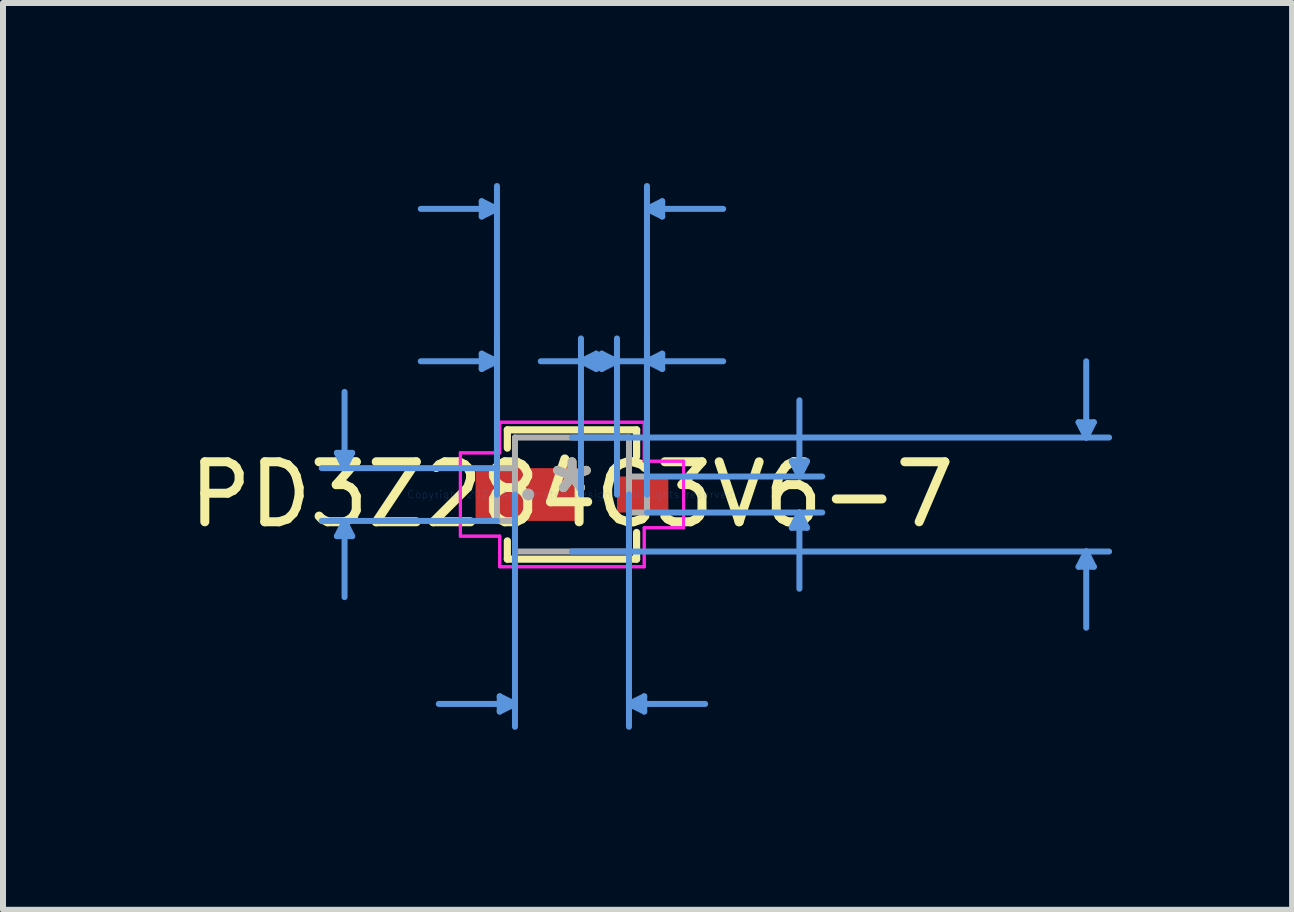
<source format=kicad_pcb>
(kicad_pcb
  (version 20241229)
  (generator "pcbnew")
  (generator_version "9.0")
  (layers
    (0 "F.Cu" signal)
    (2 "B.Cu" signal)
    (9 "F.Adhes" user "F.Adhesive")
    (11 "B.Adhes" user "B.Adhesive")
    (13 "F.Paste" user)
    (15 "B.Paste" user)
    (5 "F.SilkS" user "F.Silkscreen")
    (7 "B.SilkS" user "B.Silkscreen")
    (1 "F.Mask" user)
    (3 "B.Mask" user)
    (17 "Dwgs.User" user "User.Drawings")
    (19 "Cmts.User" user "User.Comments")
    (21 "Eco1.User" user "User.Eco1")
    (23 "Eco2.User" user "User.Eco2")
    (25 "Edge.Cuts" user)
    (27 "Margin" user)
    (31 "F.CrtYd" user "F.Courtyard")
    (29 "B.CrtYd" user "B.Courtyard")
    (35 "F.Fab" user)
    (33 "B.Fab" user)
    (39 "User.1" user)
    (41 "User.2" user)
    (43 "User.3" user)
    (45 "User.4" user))
  (footprint "PD3Z284C3V6-7"
    (layer "F.Cu")
    (at 6.482 5.191)
    (property "Reference" "PD3Z284C3V6-7" (at 0 0 0) (layer "F.SilkS") (effects (font (size 1 1) (thickness 0.15))))
    (attr through_hole)
    (fp_line (start -1.077 -1.077) (end -1.077 -0.773) (stroke (width 0.12) (type solid)) (layer "F.SilkS"))
    (fp_line (start -1.077 0.773) (end -1.077 1.077) (stroke (width 0.12) (type solid)) (layer "F.SilkS"))
    (fp_line (start -1.077 1.077) (end 1.077 1.077) (stroke (width 0.12) (type solid)) (layer "F.SilkS"))
    (fp_line (start 1.077 -1.077) (end -1.077 -1.077) (stroke (width 0.12) (type solid)) (layer "F.SilkS"))
    (fp_line (start 1.077 -0.633) (end 1.077 -1.077) (stroke (width 0.12) (type solid)) (layer "F.SilkS"))
    (fp_line (start 1.077 1.077) (end 1.077 0.633) (stroke (width 0.12) (type solid)) (layer "F.SilkS"))
    (fp_line (start -3.917 -0.694) (end -3.663 -0.694) (stroke (width 0.1) (type solid)) (layer "Cmts.User"))
    (fp_line (start -3.917 0.694) (end -3.663 0.694) (stroke (width 0.1) (type solid)) (layer "Cmts.User"))
    (fp_line (start -3.79 -0.44) (end -3.917 -0.694) (stroke (width 0.1) (type solid)) (layer "Cmts.User"))
    (fp_line (start -3.79 -0.44) (end -3.79 -1.71) (stroke (width 0.1) (type solid)) (layer "Cmts.User"))
    (fp_line (start -3.79 -0.44) (end -3.663 -0.694) (stroke (width 0.1) (type solid)) (layer "Cmts.User"))
    (fp_line (start -3.79 0.44) (end -3.917 0.694) (stroke (width 0.1) (type solid)) (layer "Cmts.User"))
    (fp_line (start -3.79 0.44) (end -3.79 1.71) (stroke (width 0.1) (type solid)) (layer "Cmts.User"))
    (fp_line (start -3.79 0.44) (end -3.663 0.694) (stroke (width 0.1) (type solid)) (layer "Cmts.User"))
    (fp_line (start -1.504 -4.887) (end -1.504 -4.633) (stroke (width 0.1) (type solid)) (layer "Cmts.User"))
    (fp_line (start -1.504 -2.347) (end -1.504 -2.093) (stroke (width 0.1) (type solid)) (layer "Cmts.User"))
    (fp_line (start -1.25 -4.76) (end -2.52 -4.76) (stroke (width 0.1) (type solid)) (layer "Cmts.User"))
    (fp_line (start -1.25 -4.76) (end -1.504 -4.887) (stroke (width 0.1) (type solid)) (layer "Cmts.User"))
    (fp_line (start -1.25 -4.76) (end -1.504 -4.633) (stroke (width 0.1) (type solid)) (layer "Cmts.User"))
    (fp_line (start -1.25 -2.22) (end -2.52 -2.22) (stroke (width 0.1) (type solid)) (layer "Cmts.User"))
    (fp_line (start -1.25 -2.22) (end -1.504 -2.347) (stroke (width 0.1) (type solid)) (layer "Cmts.User"))
    (fp_line (start -1.25 -2.22) (end -1.504 -2.093) (stroke (width 0.1) (type solid)) (layer "Cmts.User"))
    (fp_line (start -1.25 -0.44) (end -4.171 -0.44) (stroke (width 0.1) (type solid)) (layer "Cmts.User"))
    (fp_line (start -1.25 0) (end -1.25 -5.141) (stroke (width 0.1) (type solid)) (layer "Cmts.User"))
    (fp_line (start -1.25 0) (end -1.25 -2.601) (stroke (width 0.1) (type solid)) (layer "Cmts.User"))
    (fp_line (start -1.25 0.44) (end -4.171 0.44) (stroke (width 0.1) (type solid)) (layer "Cmts.User"))
    (fp_line (start -1.204 3.363) (end -1.204 3.617) (stroke (width 0.1) (type solid)) (layer "Cmts.User"))
    (fp_line (start -0.95 0) (end -0.95 3.871) (stroke (width 0.1) (type solid)) (layer "Cmts.User"))
    (fp_line (start -0.95 3.49) (end -2.22 3.49) (stroke (width 0.1) (type solid)) (layer "Cmts.User"))
    (fp_line (start -0.95 3.49) (end -1.204 3.363) (stroke (width 0.1) (type solid)) (layer "Cmts.User"))
    (fp_line (start -0.95 3.49) (end -1.204 3.617) (stroke (width 0.1) (type solid)) (layer "Cmts.User"))
    (fp_line (start 0 -0.95) (end 8.951 -0.95) (stroke (width 0.1) (type solid)) (layer "Cmts.User"))
    (fp_line (start 0 0.95) (end 8.951 0.95) (stroke (width 0.1) (type solid)) (layer "Cmts.User"))
    (fp_line (start 0.15 -2.22) (end 0.404 -2.347) (stroke (width 0.1) (type solid)) (layer "Cmts.User"))
    (fp_line (start 0.15 -2.22) (end 0.404 -2.093) (stroke (width 0.1) (type solid)) (layer "Cmts.User"))
    (fp_line (start 0.15 -2.22) (end 1.42 -2.22) (stroke (width 0.1) (type solid)) (layer "Cmts.User"))
    (fp_line (start 0.15 0) (end 0.15 -2.601) (stroke (width 0.1) (type solid)) (layer "Cmts.User"))
    (fp_line (start 0.404 -2.347) (end 0.404 -2.093) (stroke (width 0.1) (type solid)) (layer "Cmts.User"))
    (fp_line (start 0.496 -2.347) (end 0.496 -2.093) (stroke (width 0.1) (type solid)) (layer "Cmts.User"))
    (fp_line (start 0.75 -2.22) (end -0.52 -2.22) (stroke (width 0.1) (type solid)) (layer "Cmts.User"))
    (fp_line (start 0.75 -2.22) (end 0.496 -2.347) (stroke (width 0.1) (type solid)) (layer "Cmts.User"))
    (fp_line (start 0.75 -2.22) (end 0.496 -2.093) (stroke (width 0.1) (type solid)) (layer "Cmts.User"))
    (fp_line (start 0.75 0) (end 0.75 -2.601) (stroke (width 0.1) (type solid)) (layer "Cmts.User"))
    (fp_line (start 0.95 0) (end 0.95 3.871) (stroke (width 0.1) (type solid)) (layer "Cmts.User"))
    (fp_line (start 0.95 3.49) (end 1.204 3.363) (stroke (width 0.1) (type solid)) (layer "Cmts.User"))
    (fp_line (start 0.95 3.49) (end 1.204 3.617) (stroke (width 0.1) (type solid)) (layer "Cmts.User"))
    (fp_line (start 0.95 3.49) (end 2.22 3.49) (stroke (width 0.1) (type solid)) (layer "Cmts.User"))
    (fp_line (start 1.204 3.363) (end 1.204 3.617) (stroke (width 0.1) (type solid)) (layer "Cmts.User"))
    (fp_line (start 1.25 -4.76) (end 1.504 -4.887) (stroke (width 0.1) (type solid)) (layer "Cmts.User"))
    (fp_line (start 1.25 -4.76) (end 1.504 -4.633) (stroke (width 0.1) (type solid)) (layer "Cmts.User"))
    (fp_line (start 1.25 -4.76) (end 2.52 -4.76) (stroke (width 0.1) (type solid)) (layer "Cmts.User"))
    (fp_line (start 1.25 -2.22) (end 1.504 -2.347) (stroke (width 0.1) (type solid)) (layer "Cmts.User"))
    (fp_line (start 1.25 -2.22) (end 1.504 -2.093) (stroke (width 0.1) (type solid)) (layer "Cmts.User"))
    (fp_line (start 1.25 -2.22) (end 2.52 -2.22) (stroke (width 0.1) (type solid)) (layer "Cmts.User"))
    (fp_line (start 1.25 -0.3) (end 4.171 -0.3) (stroke (width 0.1) (type solid)) (layer "Cmts.User"))
    (fp_line (start 1.25 0) (end 1.25 -5.141) (stroke (width 0.1) (type solid)) (layer "Cmts.User"))
    (fp_line (start 1.25 0) (end 1.25 -2.601) (stroke (width 0.1) (type solid)) (layer "Cmts.User"))
    (fp_line (start 1.25 0.3) (end 4.171 0.3) (stroke (width 0.1) (type solid)) (layer "Cmts.User"))
    (fp_line (start 1.504 -4.887) (end 1.504 -4.633) (stroke (width 0.1) (type solid)) (layer "Cmts.User"))
    (fp_line (start 1.504 -2.347) (end 1.504 -2.093) (stroke (width 0.1) (type solid)) (layer "Cmts.User"))
    (fp_line (start 3.663 -0.554) (end 3.917 -0.554) (stroke (width 0.1) (type solid)) (layer "Cmts.User"))
    (fp_line (start 3.663 0.554) (end 3.917 0.554) (stroke (width 0.1) (type solid)) (layer "Cmts.User"))
    (fp_line (start 3.79 -0.3) (end 3.663 -0.554) (stroke (width 0.1) (type solid)) (layer "Cmts.User"))
    (fp_line (start 3.79 -0.3) (end 3.79 -1.57) (stroke (width 0.1) (type solid)) (layer "Cmts.User"))
    (fp_line (start 3.79 -0.3) (end 3.917 -0.554) (stroke (width 0.1) (type solid)) (layer "Cmts.User"))
    (fp_line (start 3.79 0.3) (end 3.663 0.554) (stroke (width 0.1) (type solid)) (layer "Cmts.User"))
    (fp_line (start 3.79 0.3) (end 3.79 1.57) (stroke (width 0.1) (type solid)) (layer "Cmts.User"))
    (fp_line (start 3.79 0.3) (end 3.917 0.554) (stroke (width 0.1) (type solid)) (layer "Cmts.User"))
    (fp_line (start 8.443 -1.204) (end 8.697 -1.204) (stroke (width 0.1) (type solid)) (layer "Cmts.User"))
    (fp_line (start 8.443 1.204) (end 8.697 1.204) (stroke (width 0.1) (type solid)) (layer "Cmts.User"))
    (fp_line (start 8.57 -0.95) (end 8.443 -1.204) (stroke (width 0.1) (type solid)) (layer "Cmts.User"))
    (fp_line (start 8.57 -0.95) (end 8.57 -2.22) (stroke (width 0.1) (type solid)) (layer "Cmts.User"))
    (fp_line (start 8.57 -0.95) (end 8.697 -1.204) (stroke (width 0.1) (type solid)) (layer "Cmts.User"))
    (fp_line (start 8.57 0.95) (end 8.443 1.204) (stroke (width 0.1) (type solid)) (layer "Cmts.User"))
    (fp_line (start 8.57 0.95) (end 8.57 2.22) (stroke (width 0.1) (type solid)) (layer "Cmts.User"))
    (fp_line (start 8.57 0.95) (end 8.697 1.204) (stroke (width 0.1) (type solid)) (layer "Cmts.User"))
    (fp_line (start -1.86 -0.694) (end -1.204 -0.694) (stroke (width 0.05) (type solid)) (layer "F.CrtYd"))
    (fp_line (start -1.86 -0.694) (end -1.204 -0.694) (stroke (width 0.05) (type solid)) (layer "F.CrtYd"))
    (fp_line (start -1.86 0.694) (end -1.86 -0.694) (stroke (width 0.05) (type solid)) (layer "F.CrtYd"))
    (fp_line (start -1.86 0.694) (end -1.86 -0.694) (stroke (width 0.05) (type solid)) (layer "F.CrtYd"))
    (fp_line (start -1.204 -1.204) (end 1.204 -1.204) (stroke (width 0.05) (type solid)) (layer "F.CrtYd"))
    (fp_line (start -1.204 -1.204) (end 1.204 -1.204) (stroke (width 0.05) (type solid)) (layer "F.CrtYd"))
    (fp_line (start -1.204 -0.694) (end -1.204 -1.204) (stroke (width 0.05) (type solid)) (layer "F.CrtYd"))
    (fp_line (start -1.204 -0.694) (end -1.204 -1.204) (stroke (width 0.05) (type solid)) (layer "F.CrtYd"))
    (fp_line (start -1.204 0.694) (end -1.86 0.694) (stroke (width 0.05) (type solid)) (layer "F.CrtYd"))
    (fp_line (start -1.204 0.694) (end -1.86 0.694) (stroke (width 0.05) (type solid)) (layer "F.CrtYd"))
    (fp_line (start -1.204 1.204) (end -1.204 0.694) (stroke (width 0.05) (type solid)) (layer "F.CrtYd"))
    (fp_line (start -1.204 1.204) (end -1.204 0.694) (stroke (width 0.05) (type solid)) (layer "F.CrtYd"))
    (fp_line (start 1.204 -1.204) (end 1.204 -0.554) (stroke (width 0.05) (type solid)) (layer "F.CrtYd"))
    (fp_line (start 1.204 -1.204) (end 1.204 -0.554) (stroke (width 0.05) (type solid)) (layer "F.CrtYd"))
    (fp_line (start 1.204 -0.554) (end 1.86 -0.554) (stroke (width 0.05) (type solid)) (layer "F.CrtYd"))
    (fp_line (start 1.204 -0.554) (end 1.86 -0.554) (stroke (width 0.05) (type solid)) (layer "F.CrtYd"))
    (fp_line (start 1.204 0.554) (end 1.204 1.204) (stroke (width 0.05) (type solid)) (layer "F.CrtYd"))
    (fp_line (start 1.204 0.554) (end 1.204 1.204) (stroke (width 0.05) (type solid)) (layer "F.CrtYd"))
    (fp_line (start 1.204 1.204) (end -1.204 1.204) (stroke (width 0.05) (type solid)) (layer "F.CrtYd"))
    (fp_line (start 1.204 1.204) (end -1.204 1.204) (stroke (width 0.05) (type solid)) (layer "F.CrtYd"))
    (fp_line (start 1.86 -0.554) (end 1.86 0.554) (stroke (width 0.05) (type solid)) (layer "F.CrtYd"))
    (fp_line (start 1.86 -0.554) (end 1.86 0.554) (stroke (width 0.05) (type solid)) (layer "F.CrtYd"))
    (fp_line (start 1.86 0.554) (end 1.204 0.554) (stroke (width 0.05) (type solid)) (layer "F.CrtYd"))
    (fp_line (start 1.86 0.554) (end 1.204 0.554) (stroke (width 0.05) (type solid)) (layer "F.CrtYd"))
    (fp_line (start -1.25 -0.44) (end -1.25 0.44) (stroke (width 0.1) (type solid)) (layer "F.Fab"))
    (fp_line (start -1.25 0.44) (end -0.95 0.44) (stroke (width 0.1) (type solid)) (layer "F.Fab"))
    (fp_line (start -0.95 -0.95) (end -0.95 0.95) (stroke (width 0.1) (type solid)) (layer "F.Fab"))
    (fp_line (start -0.95 -0.44) (end -1.25 -0.44) (stroke (width 0.1) (type solid)) (layer "F.Fab"))
    (fp_line (start -0.95 0.44) (end -0.95 -0.44) (stroke (width 0.1) (type solid)) (layer "F.Fab"))
    (fp_line (start -0.95 0.95) (end 0.95 0.95) (stroke (width 0.1) (type solid)) (layer "F.Fab"))
    (fp_line (start 0.95 -0.95) (end -0.95 -0.95) (stroke (width 0.1) (type solid)) (layer "F.Fab"))
    (fp_line (start 0.95 -0.3) (end 0.95 0.3) (stroke (width 0.1) (type solid)) (layer "F.Fab"))
    (fp_line (start 0.95 0.3) (end 1.25 0.3) (stroke (width 0.1) (type solid)) (layer "F.Fab"))
    (fp_line (start 0.95 0.95) (end 0.95 -0.95) (stroke (width 0.1) (type solid)) (layer "F.Fab"))
    (fp_line (start 1.25 -0.3) (end 0.95 -0.3) (stroke (width 0.1) (type solid)) (layer "F.Fab"))
    (fp_line (start 1.25 0.3) (end 1.25 -0.3) (stroke (width 0.1) (type solid)) (layer "F.Fab"))
    (fp_circle (center -0.728 0) (end -0.728 0) (stroke (width 0.1) (type solid)) (fill no) (layer "F.Fab"))
    (fp_text user "*" (at 0 0 0) (layer "F.SilkS") (effects (font (size 1 1) (thickness 0.15))))
    (fp_text user "Copyright 2021 Accelerated Designs. All rights reserved." (at 0 0 0) (layer "Cmts.User") (effects (font (size 0.127 0.127) (thickness 0.002))))
    (fp_text user "*" (at 0 0 0) (layer "F.Fab") (effects (font (size 1 1) (thickness 0.15))))
    (pad "1" smd rect (at -0.728 0) (size 1.756 0.88) (layers "F.Cu" "F.Mask" "F.Paste"))
    (pad "2" smd rect (at 1.178 0) (size 0.856 0.6) (layers "F.Cu" "F.Mask" "F.Paste")))
  (gr_rect
    (start -3 -3)
    (end 18.483 12.112)
    (stroke (width 0.1) (type default))
    (fill no)
    (layer "Edge.Cuts")))
</source>
